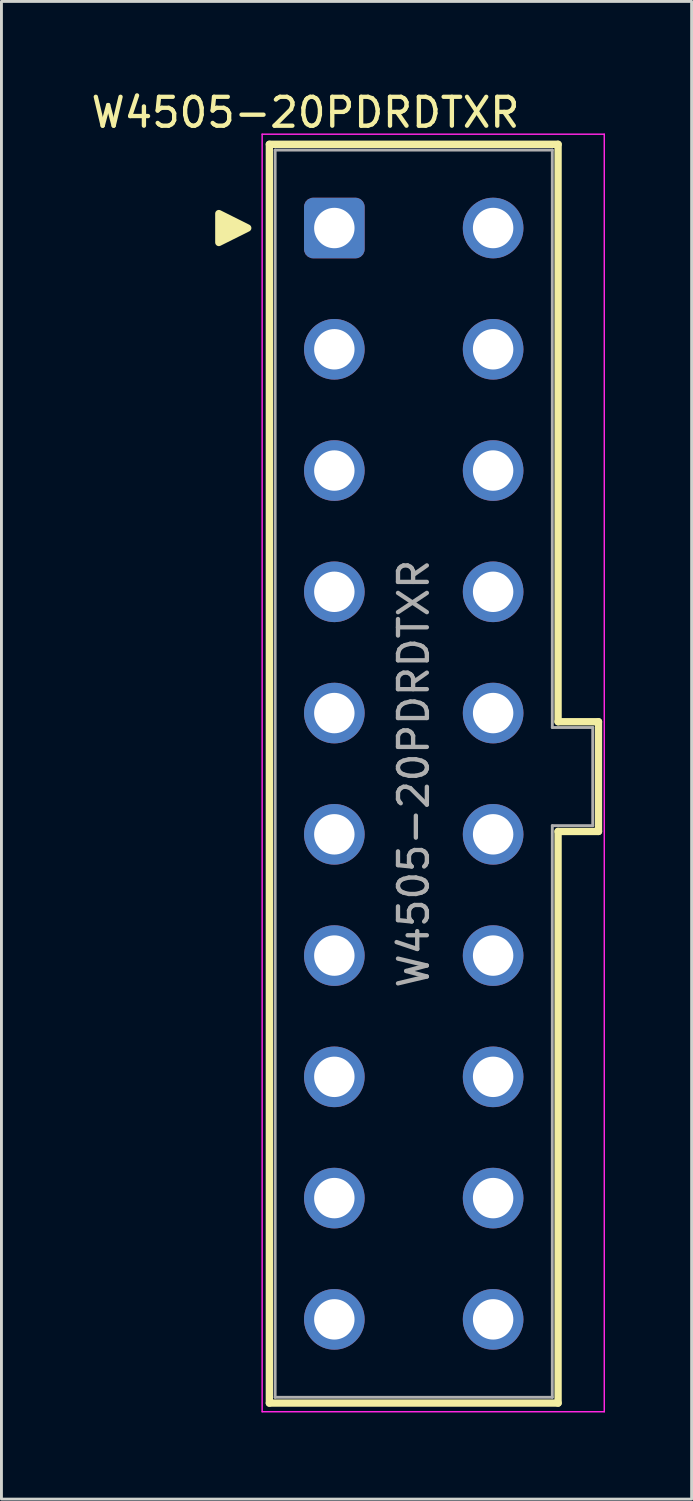
<source format=kicad_pcb>
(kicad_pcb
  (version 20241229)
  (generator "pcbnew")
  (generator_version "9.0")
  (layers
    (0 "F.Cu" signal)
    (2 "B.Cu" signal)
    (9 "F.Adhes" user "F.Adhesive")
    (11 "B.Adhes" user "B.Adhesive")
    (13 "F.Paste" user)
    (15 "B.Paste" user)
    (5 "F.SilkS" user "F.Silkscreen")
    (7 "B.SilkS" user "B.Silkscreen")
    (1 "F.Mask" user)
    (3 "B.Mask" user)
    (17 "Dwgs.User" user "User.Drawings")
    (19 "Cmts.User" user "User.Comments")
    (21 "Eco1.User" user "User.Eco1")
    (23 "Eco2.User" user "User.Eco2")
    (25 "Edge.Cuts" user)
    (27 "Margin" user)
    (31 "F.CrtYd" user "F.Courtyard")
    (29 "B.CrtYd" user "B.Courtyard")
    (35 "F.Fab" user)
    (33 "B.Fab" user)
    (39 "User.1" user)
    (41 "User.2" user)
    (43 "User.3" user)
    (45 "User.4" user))
  (footprint "W4505-20PDRDTXR"
    (layer "F.Cu")
    (at 8.53 4.848)
    (property "Reference" "W4505-20PDRDTXR" (at -1 -4 0) (layer "F.SilkS") (effects (font (size 1 1) (thickness 0.15))))
    (attr through_hole)
    (fp_line (start -2.25 -2.9) (end 7.75 -2.9) (stroke (width 0.254) (type solid)) (layer "F.SilkS"))
    (fp_line (start -2.25 40.7) (end -2.25 -2.9) (stroke (width 0.254) (type solid)) (layer "F.SilkS"))
    (fp_line (start 7.75 -2.9) (end 7.75 17.1) (stroke (width 0.254) (type solid)) (layer "F.SilkS"))
    (fp_line (start 7.75 20.9) (end 7.75 40.7) (stroke (width 0.254) (type solid)) (layer "F.SilkS"))
    (fp_line (start 7.75 40.7) (end -2.25 40.7) (stroke (width 0.254) (type solid)) (layer "F.SilkS"))
    (fp_line (start 9.15 17.1) (end 7.75 17.1) (stroke (width 0.254) (type solid)) (layer "F.SilkS"))
    (fp_line (start 9.15 17.1) (end 9.15 20.9) (stroke (width 0.254) (type solid)) (layer "F.SilkS"))
    (fp_line (start 9.15 20.9) (end 7.75 20.9) (stroke (width 0.254) (type solid)) (layer "F.SilkS"))
    (fp_poly (pts (xy -4 -0.5) (xy -4 0.5) (xy -3 0)) (stroke (width 0.254) (type solid)) (fill yes) (layer "F.SilkS"))
    (fp_line (start -2.5 -3.25) (end -2.5 41) (stroke (width 0.05) (type solid)) (layer "F.CrtYd"))
    (fp_line (start -2.5 41) (end 9.35 41) (stroke (width 0.05) (type solid)) (layer "F.CrtYd"))
    (fp_line (start 9.35 -3.25) (end -2.5 -3.25) (stroke (width 0.05) (type solid)) (layer "F.CrtYd"))
    (fp_line (start 9.35 41) (end 9.35 -3.25) (stroke (width 0.05) (type solid)) (layer "F.CrtYd"))
    (fp_line (start -2.05 -2.7) (end 7.55 -2.7) (stroke (width 0.1) (type solid)) (layer "F.Fab"))
    (fp_line (start -2.05 40.5) (end -2.05 -2.7) (stroke (width 0.1) (type solid)) (layer "F.Fab"))
    (fp_line (start 7.55 -2.7) (end 7.55 17.3) (stroke (width 0.1) (type solid)) (layer "F.Fab"))
    (fp_line (start 7.55 20.7) (end 7.55 40.5) (stroke (width 0.1) (type solid)) (layer "F.Fab"))
    (fp_line (start 7.55 40.5) (end -2.05 40.5) (stroke (width 0.1) (type solid)) (layer "F.Fab"))
    (fp_line (start 8.95 17.3) (end 7.55 17.3) (stroke (width 0.1) (type solid)) (layer "F.Fab"))
    (fp_line (start 8.95 17.3) (end 8.95 20.7) (stroke (width 0.1) (type solid)) (layer "F.Fab"))
    (fp_line (start 8.95 20.7) (end 7.55 20.7) (stroke (width 0.1) (type solid)) (layer "F.Fab"))
    (fp_text user "${REFERENCE}" (at 2.75 18.9 90) (layer "F.Fab") (effects (font (size 1 1) (thickness 0.15))))
    (pad "1" thru_hole roundrect (at 0 0) (size 2.1 2.1) (drill 1.4) (layers "*.Cu" "*.Mask") (roundrect_rratio 0.15))
    (pad "2" thru_hole circle (at 0 4.2) (size 2.1 2.1) (drill 1.4) (layers "*.Cu" "*.Mask"))
    (pad "3" thru_hole circle (at 0 8.4) (size 2.1 2.1) (drill 1.4) (layers "*.Cu" "*.Mask"))
    (pad "4" thru_hole circle (at 0 12.6) (size 2.1 2.1) (drill 1.4) (layers "*.Cu" "*.Mask"))
    (pad "5" thru_hole circle (at 0 16.8) (size 2.1 2.1) (drill 1.4) (layers "*.Cu" "*.Mask"))
    (pad "6" thru_hole circle (at 0 21) (size 2.1 2.1) (drill 1.4) (layers "*.Cu" "*.Mask"))
    (pad "7" thru_hole circle (at 0 25.2) (size 2.1 2.1) (drill 1.4) (layers "*.Cu" "*.Mask"))
    (pad "8" thru_hole circle (at 0 29.4) (size 2.1 2.1) (drill 1.4) (layers "*.Cu" "*.Mask"))
    (pad "9" thru_hole circle (at 0 33.6) (size 2.1 2.1) (drill 1.4) (layers "*.Cu" "*.Mask"))
    (pad "10" thru_hole circle (at 0 37.8) (size 2.1 2.1) (drill 1.4) (layers "*.Cu" "*.Mask"))
    (pad "11" thru_hole circle (at 5.5 0) (size 2.1 2.1) (drill 1.4) (layers "*.Cu" "*.Mask"))
    (pad "12" thru_hole circle (at 5.5 4.2) (size 2.1 2.1) (drill 1.4) (layers "*.Cu" "*.Mask"))
    (pad "13" thru_hole circle (at 5.5 8.4) (size 2.1 2.1) (drill 1.4) (layers "*.Cu" "*.Mask"))
    (pad "14" thru_hole circle (at 5.5 12.6) (size 2.1 2.1) (drill 1.4) (layers "*.Cu" "*.Mask"))
    (pad "15" thru_hole circle (at 5.5 16.8) (size 2.1 2.1) (drill 1.4) (layers "*.Cu" "*.Mask"))
    (pad "16" thru_hole circle (at 5.5 21) (size 2.1 2.1) (drill 1.4) (layers "*.Cu" "*.Mask"))
    (pad "17" thru_hole circle (at 5.5 25.2) (size 2.1 2.1) (drill 1.4) (layers "*.Cu" "*.Mask"))
    (pad "18" thru_hole circle (at 5.5 29.4) (size 2.1 2.1) (drill 1.4) (layers "*.Cu" "*.Mask"))
    (pad "19" thru_hole circle (at 5.5 33.6) (size 2.1 2.1) (drill 1.4) (layers "*.Cu" "*.Mask"))
    (pad "20" thru_hole circle (at 5.5 37.8) (size 2.1 2.1) (drill 1.4) (layers "*.Cu" "*.Mask")))
  (gr_rect
    (start -3 -3)
    (end 20.905 48.873)
    (stroke (width 0.1) (type default))
    (fill no)
    (layer "Edge.Cuts")))
</source>
